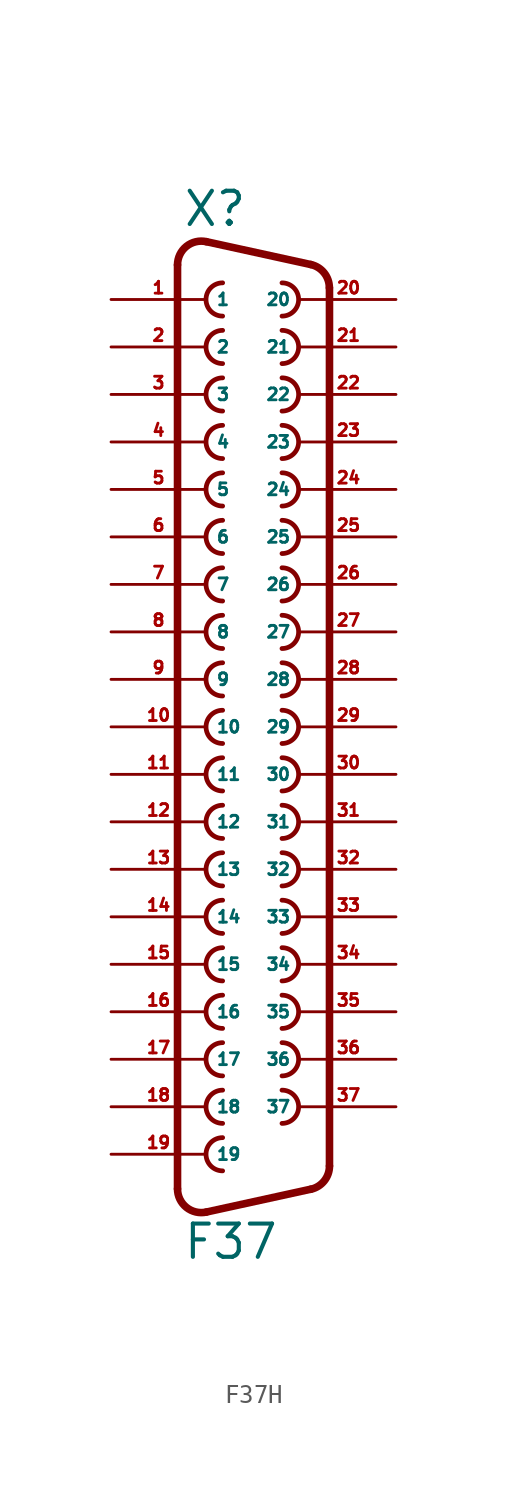
<source format=kicad_sym>
(kicad_symbol_lib
  (version 20220914)
  (generator Eagle2Kicad)
  (symbol "F37H"
    (property "Reference" "X"
      (at -3.81 26.67 0)
      (effects (font (size 1.778 1.778) (thickness 0.22)) (justify left bottom)))
    (property "Value" "F37"
      (at -3.81 -28.575 0)
      (effects (font (size 1.778 1.778) (thickness 0.22)) (justify left bottom)))
    (arc
      (start -1.651 23.749)
      (mid -2.540 22.860)
      (end -1.651 21.971)
      (stroke (width 0.254) (type default))
      (fill (type none)))
    (arc
      (start 1.524 21.971)
      (mid 2.413 22.860)
      (end 1.524 23.749)
      (stroke (width 0.254) (type default))
      (fill (type none)))
    (arc
      (start -1.651 21.209)
      (mid -2.540 20.320)
      (end -1.651 19.431)
      (stroke (width 0.254) (type default))
      (fill (type none)))
    (arc
      (start 1.524 19.431)
      (mid 2.413 20.320)
      (end 1.524 21.209)
      (stroke (width 0.254) (type default))
      (fill (type none)))
    (arc
      (start -1.651 18.669)
      (mid -2.540 17.780)
      (end -1.651 16.891)
      (stroke (width 0.254) (type default))
      (fill (type none)))
    (arc
      (start 1.524 16.891)
      (mid 2.413 17.780)
      (end 1.524 18.669)
      (stroke (width 0.254) (type default))
      (fill (type none)))
    (arc
      (start -1.651 16.129)
      (mid -2.540 15.240)
      (end -1.651 14.351)
      (stroke (width 0.254) (type default))
      (fill (type none)))
    (arc
      (start 1.524 14.351)
      (mid 2.413 15.240)
      (end 1.524 16.129)
      (stroke (width 0.254) (type default))
      (fill (type none)))
    (arc
      (start -1.651 13.589)
      (mid -2.540 12.700)
      (end -1.651 11.811)
      (stroke (width 0.254) (type default))
      (fill (type none)))
    (arc
      (start 1.524 11.811)
      (mid 2.413 12.700)
      (end 1.524 13.589)
      (stroke (width 0.254) (type default))
      (fill (type none)))
    (arc
      (start -1.651 11.049)
      (mid -2.540 10.160)
      (end -1.651 9.271)
      (stroke (width 0.254) (type default))
      (fill (type none)))
    (arc
      (start 1.524 9.271)
      (mid 2.413 10.160)
      (end 1.524 11.049)
      (stroke (width 0.254) (type default))
      (fill (type none)))
    (arc
      (start -1.651 8.509)
      (mid -2.540 7.620)
      (end -1.651 6.731)
      (stroke (width 0.254) (type default))
      (fill (type none)))
    (arc
      (start 1.524 6.731)
      (mid 2.413 7.620)
      (end 1.524 8.509)
      (stroke (width 0.254) (type default))
      (fill (type none)))
    (arc
      (start -1.651 5.969)
      (mid -2.540 5.080)
      (end -1.651 4.191)
      (stroke (width 0.254) (type default))
      (fill (type none)))
    (arc
      (start 1.524 4.191)
      (mid 2.413 5.080)
      (end 1.524 5.969)
      (stroke (width 0.254) (type default))
      (fill (type none)))
    (arc
      (start -1.651 3.429)
      (mid -2.540 2.540)
      (end -1.651 1.651)
      (stroke (width 0.254) (type default))
      (fill (type none)))
    (arc
      (start 1.524 1.651)
      (mid 2.413 2.540)
      (end 1.524 3.429)
      (stroke (width 0.254) (type default))
      (fill (type none)))
    (arc
      (start -1.651 0.889)
      (mid -2.540 0.000)
      (end -1.651 -0.889)
      (stroke (width 0.254) (type default))
      (fill (type none)))
    (arc
      (start 1.524 -0.889)
      (mid 2.413 0.000)
      (end 1.524 0.889)
      (stroke (width 0.254) (type default))
      (fill (type none)))
    (arc
      (start -1.651 -1.651)
      (mid -2.540 -2.540)
      (end -1.651 -3.429)
      (stroke (width 0.254) (type default))
      (fill (type none)))
    (arc
      (start 1.524 -3.429)
      (mid 2.413 -2.540)
      (end 1.524 -1.651)
      (stroke (width 0.254) (type default))
      (fill (type none)))
    (arc
      (start -1.651 -4.191)
      (mid -2.540 -5.080)
      (end -1.651 -5.969)
      (stroke (width 0.254) (type default))
      (fill (type none)))
    (arc
      (start 1.524 -5.969)
      (mid 2.413 -5.080)
      (end 1.524 -4.191)
      (stroke (width 0.254) (type default))
      (fill (type none)))
    (arc
      (start -1.651 -6.731)
      (mid -2.540 -7.620)
      (end -1.651 -8.509)
      (stroke (width 0.254) (type default))
      (fill (type none)))
    (arc
      (start 1.524 -8.509)
      (mid 2.413 -7.620)
      (end 1.524 -6.731)
      (stroke (width 0.254) (type default))
      (fill (type none)))
    (arc
      (start -1.651 -9.271)
      (mid -2.540 -10.160)
      (end -1.651 -11.049)
      (stroke (width 0.254) (type default))
      (fill (type none)))
    (arc
      (start 1.524 -11.049)
      (mid 2.413 -10.160)
      (end 1.524 -9.271)
      (stroke (width 0.254) (type default))
      (fill (type none)))
    (arc
      (start -1.651 -11.811)
      (mid -2.540 -12.700)
      (end -1.651 -13.589)
      (stroke (width 0.254) (type default))
      (fill (type none)))
    (arc
      (start 1.524 -13.589)
      (mid 2.413 -12.700)
      (end 1.524 -11.811)
      (stroke (width 0.254) (type default))
      (fill (type none)))
    (arc
      (start -1.651 -14.351)
      (mid -2.540 -15.240)
      (end -1.651 -16.129)
      (stroke (width 0.254) (type default))
      (fill (type none)))
    (arc
      (start 1.524 -16.129)
      (mid 2.413 -15.240)
      (end 1.524 -14.351)
      (stroke (width 0.254) (type default))
      (fill (type none)))
    (arc
      (start -1.651 -16.891)
      (mid -2.540 -17.780)
      (end -1.651 -18.669)
      (stroke (width 0.254) (type default))
      (fill (type none)))
    (arc
      (start 1.524 -18.669)
      (mid 2.413 -17.780)
      (end 1.524 -16.891)
      (stroke (width 0.254) (type default))
      (fill (type none)))
    (arc
      (start -1.651 -19.431)
      (mid -2.540 -20.320)
      (end -1.651 -21.209)
      (stroke (width 0.254) (type default))
      (fill (type none)))
    (arc
      (start 1.524 -21.209)
      (mid 2.413 -20.320)
      (end 1.524 -19.431)
      (stroke (width 0.254) (type default))
      (fill (type none)))
    (arc
      (start -1.651 -21.971)
      (mid -2.540 -22.860)
      (end -1.651 -23.749)
      (stroke (width 0.254) (type default))
      (fill (type none)))
    (arc
      (start -2.5226 25.952)
      (mid -3.590 25.701)
      (end -4.064 24.7112)
      (stroke (width 0.4064) (type default))
      (fill (type none)))
    (polyline
      (pts (xy -2.523 25.952) (xy 3.065 24.729))
      (stroke (width 0.406) (type default))
      (fill (type none)))
    (arc
      (start 4.0642 23.4888)
      (mid 3.783 24.285)
      (end 3.0654 24.7295)
      (stroke (width 0.4064) (type default))
      (fill (type none)))
    (polyline
      (pts (xy 4.064 -23.489) (xy 4.064 23.489))
      (stroke (width 0.406) (type default))
      (fill (type none)))
    (arc
      (start 3.0654 -24.7294)
      (mid 3.783 -24.285)
      (end 4.064 -23.4888)
      (stroke (width 0.4064) (type default))
      (fill (type none)))
    (polyline
      (pts (xy -4.064 -24.711) (xy -4.064 24.711))
      (stroke (width 0.406) (type default))
      (fill (type none)))
    (polyline
      (pts (xy -2.523 -25.952) (xy 3.065 -24.729))
      (stroke (width 0.406) (type default))
      (fill (type none)))
    (arc
      (start -4.064 -24.7112)
      (mid -3.590 -25.701)
      (end -2.5226 -25.9519)
      (stroke (width 0.4064) (type default))
      (fill (type none)))
    (pin passive line
      (at -7.62 22.86 0)
      (length 5.08)
      (name "1" (effects (font (size 0.635 0.635) (thickness 0.08)) (justify left bottom)))
      (number "1" (effects (font (size 0.635 0.635) (thickness 0.08)) (justify left bottom))))
    (pin passive line
      (at 7.62 22.86 180)
      (length 5.08)
      (name "20" (effects (font (size 0.635 0.635) (thickness 0.08)) (justify left bottom)))
      (number "20" (effects (font (size 0.635 0.635) (thickness 0.08)) (justify left bottom))))
    (pin passive line
      (at -7.62 20.32 0)
      (length 5.08)
      (name "2" (effects (font (size 0.635 0.635) (thickness 0.08)) (justify left bottom)))
      (number "2" (effects (font (size 0.635 0.635) (thickness 0.08)) (justify left bottom))))
    (pin passive line
      (at 7.62 20.32 180)
      (length 5.08)
      (name "21" (effects (font (size 0.635 0.635) (thickness 0.08)) (justify left bottom)))
      (number "21" (effects (font (size 0.635 0.635) (thickness 0.08)) (justify left bottom))))
    (pin passive line
      (at -7.62 17.78 0)
      (length 5.08)
      (name "3" (effects (font (size 0.635 0.635) (thickness 0.08)) (justify left bottom)))
      (number "3" (effects (font (size 0.635 0.635) (thickness 0.08)) (justify left bottom))))
    (pin passive line
      (at 7.62 17.78 180)
      (length 5.08)
      (name "22" (effects (font (size 0.635 0.635) (thickness 0.08)) (justify left bottom)))
      (number "22" (effects (font (size 0.635 0.635) (thickness 0.08)) (justify left bottom))))
    (pin passive line
      (at -7.62 15.24 0)
      (length 5.08)
      (name "4" (effects (font (size 0.635 0.635) (thickness 0.08)) (justify left bottom)))
      (number "4" (effects (font (size 0.635 0.635) (thickness 0.08)) (justify left bottom))))
    (pin passive line
      (at 7.62 15.24 180)
      (length 5.08)
      (name "23" (effects (font (size 0.635 0.635) (thickness 0.08)) (justify left bottom)))
      (number "23" (effects (font (size 0.635 0.635) (thickness 0.08)) (justify left bottom))))
    (pin passive line
      (at -7.62 12.7 0)
      (length 5.08)
      (name "5" (effects (font (size 0.635 0.635) (thickness 0.08)) (justify left bottom)))
      (number "5" (effects (font (size 0.635 0.635) (thickness 0.08)) (justify left bottom))))
    (pin passive line
      (at 7.62 12.7 180)
      (length 5.08)
      (name "24" (effects (font (size 0.635 0.635) (thickness 0.08)) (justify left bottom)))
      (number "24" (effects (font (size 0.635 0.635) (thickness 0.08)) (justify left bottom))))
    (pin passive line
      (at -7.62 10.16 0)
      (length 5.08)
      (name "6" (effects (font (size 0.635 0.635) (thickness 0.08)) (justify left bottom)))
      (number "6" (effects (font (size 0.635 0.635) (thickness 0.08)) (justify left bottom))))
    (pin passive line
      (at 7.62 10.16 180)
      (length 5.08)
      (name "25" (effects (font (size 0.635 0.635) (thickness 0.08)) (justify left bottom)))
      (number "25" (effects (font (size 0.635 0.635) (thickness 0.08)) (justify left bottom))))
    (pin passive line
      (at -7.62 7.62 0)
      (length 5.08)
      (name "7" (effects (font (size 0.635 0.635) (thickness 0.08)) (justify left bottom)))
      (number "7" (effects (font (size 0.635 0.635) (thickness 0.08)) (justify left bottom))))
    (pin passive line
      (at 7.62 7.62 180)
      (length 5.08)
      (name "26" (effects (font (size 0.635 0.635) (thickness 0.08)) (justify left bottom)))
      (number "26" (effects (font (size 0.635 0.635) (thickness 0.08)) (justify left bottom))))
    (pin passive line
      (at -7.62 5.08 0)
      (length 5.08)
      (name "8" (effects (font (size 0.635 0.635) (thickness 0.08)) (justify left bottom)))
      (number "8" (effects (font (size 0.635 0.635) (thickness 0.08)) (justify left bottom))))
    (pin passive line
      (at 7.62 5.08 180)
      (length 5.08)
      (name "27" (effects (font (size 0.635 0.635) (thickness 0.08)) (justify left bottom)))
      (number "27" (effects (font (size 0.635 0.635) (thickness 0.08)) (justify left bottom))))
    (pin passive line
      (at -7.62 2.54 0)
      (length 5.08)
      (name "9" (effects (font (size 0.635 0.635) (thickness 0.08)) (justify left bottom)))
      (number "9" (effects (font (size 0.635 0.635) (thickness 0.08)) (justify left bottom))))
    (pin passive line
      (at 7.62 2.54 180)
      (length 5.08)
      (name "28" (effects (font (size 0.635 0.635) (thickness 0.08)) (justify left bottom)))
      (number "28" (effects (font (size 0.635 0.635) (thickness 0.08)) (justify left bottom))))
    (pin passive line
      (at -7.62 0 0)
      (length 5.08)
      (name "10" (effects (font (size 0.635 0.635) (thickness 0.08)) (justify left bottom)))
      (number "10" (effects (font (size 0.635 0.635) (thickness 0.08)) (justify left bottom))))
    (pin passive line
      (at 7.62 0 180)
      (length 5.08)
      (name "29" (effects (font (size 0.635 0.635) (thickness 0.08)) (justify left bottom)))
      (number "29" (effects (font (size 0.635 0.635) (thickness 0.08)) (justify left bottom))))
    (pin passive line
      (at -7.62 -2.54 0)
      (length 5.08)
      (name "11" (effects (font (size 0.635 0.635) (thickness 0.08)) (justify left bottom)))
      (number "11" (effects (font (size 0.635 0.635) (thickness 0.08)) (justify left bottom))))
    (pin passive line
      (at 7.62 -2.54 180)
      (length 5.08)
      (name "30" (effects (font (size 0.635 0.635) (thickness 0.08)) (justify left bottom)))
      (number "30" (effects (font (size 0.635 0.635) (thickness 0.08)) (justify left bottom))))
    (pin passive line
      (at -7.62 -5.08 0)
      (length 5.08)
      (name "12" (effects (font (size 0.635 0.635) (thickness 0.08)) (justify left bottom)))
      (number "12" (effects (font (size 0.635 0.635) (thickness 0.08)) (justify left bottom))))
    (pin passive line
      (at 7.62 -5.08 180)
      (length 5.08)
      (name "31" (effects (font (size 0.635 0.635) (thickness 0.08)) (justify left bottom)))
      (number "31" (effects (font (size 0.635 0.635) (thickness 0.08)) (justify left bottom))))
    (pin passive line
      (at -7.62 -7.62 0)
      (length 5.08)
      (name "13" (effects (font (size 0.635 0.635) (thickness 0.08)) (justify left bottom)))
      (number "13" (effects (font (size 0.635 0.635) (thickness 0.08)) (justify left bottom))))
    (pin passive line
      (at 7.62 -7.62 180)
      (length 5.08)
      (name "32" (effects (font (size 0.635 0.635) (thickness 0.08)) (justify left bottom)))
      (number "32" (effects (font (size 0.635 0.635) (thickness 0.08)) (justify left bottom))))
    (pin passive line
      (at -7.62 -10.16 0)
      (length 5.08)
      (name "14" (effects (font (size 0.635 0.635) (thickness 0.08)) (justify left bottom)))
      (number "14" (effects (font (size 0.635 0.635) (thickness 0.08)) (justify left bottom))))
    (pin passive line
      (at 7.62 -10.16 180)
      (length 5.08)
      (name "33" (effects (font (size 0.635 0.635) (thickness 0.08)) (justify left bottom)))
      (number "33" (effects (font (size 0.635 0.635) (thickness 0.08)) (justify left bottom))))
    (pin passive line
      (at -7.62 -12.7 0)
      (length 5.08)
      (name "15" (effects (font (size 0.635 0.635) (thickness 0.08)) (justify left bottom)))
      (number "15" (effects (font (size 0.635 0.635) (thickness 0.08)) (justify left bottom))))
    (pin passive line
      (at 7.62 -12.7 180)
      (length 5.08)
      (name "34" (effects (font (size 0.635 0.635) (thickness 0.08)) (justify left bottom)))
      (number "34" (effects (font (size 0.635 0.635) (thickness 0.08)) (justify left bottom))))
    (pin passive line
      (at -7.62 -15.24 0)
      (length 5.08)
      (name "16" (effects (font (size 0.635 0.635) (thickness 0.08)) (justify left bottom)))
      (number "16" (effects (font (size 0.635 0.635) (thickness 0.08)) (justify left bottom))))
    (pin passive line
      (at 7.62 -15.24 180)
      (length 5.08)
      (name "35" (effects (font (size 0.635 0.635) (thickness 0.08)) (justify left bottom)))
      (number "35" (effects (font (size 0.635 0.635) (thickness 0.08)) (justify left bottom))))
    (pin passive line
      (at -7.62 -17.78 0)
      (length 5.08)
      (name "17" (effects (font (size 0.635 0.635) (thickness 0.08)) (justify left bottom)))
      (number "17" (effects (font (size 0.635 0.635) (thickness 0.08)) (justify left bottom))))
    (pin passive line
      (at 7.62 -17.78 180)
      (length 5.08)
      (name "36" (effects (font (size 0.635 0.635) (thickness 0.08)) (justify left bottom)))
      (number "36" (effects (font (size 0.635 0.635) (thickness 0.08)) (justify left bottom))))
    (pin passive line
      (at -7.62 -20.32 0)
      (length 5.08)
      (name "18" (effects (font (size 0.635 0.635) (thickness 0.08)) (justify left bottom)))
      (number "18" (effects (font (size 0.635 0.635) (thickness 0.08)) (justify left bottom))))
    (pin passive line
      (at 7.62 -20.32 180)
      (length 5.08)
      (name "37" (effects (font (size 0.635 0.635) (thickness 0.08)) (justify left bottom)))
      (number "37" (effects (font (size 0.635 0.635) (thickness 0.08)) (justify left bottom))))
    (pin passive line
      (at -7.62 -22.86 0)
      (length 5.08)
      (name "19" (effects (font (size 0.635 0.635) (thickness 0.08)) (justify left bottom)))
      (number "19" (effects (font (size 0.635 0.635) (thickness 0.08)) (justify left bottom))))))
</source>
